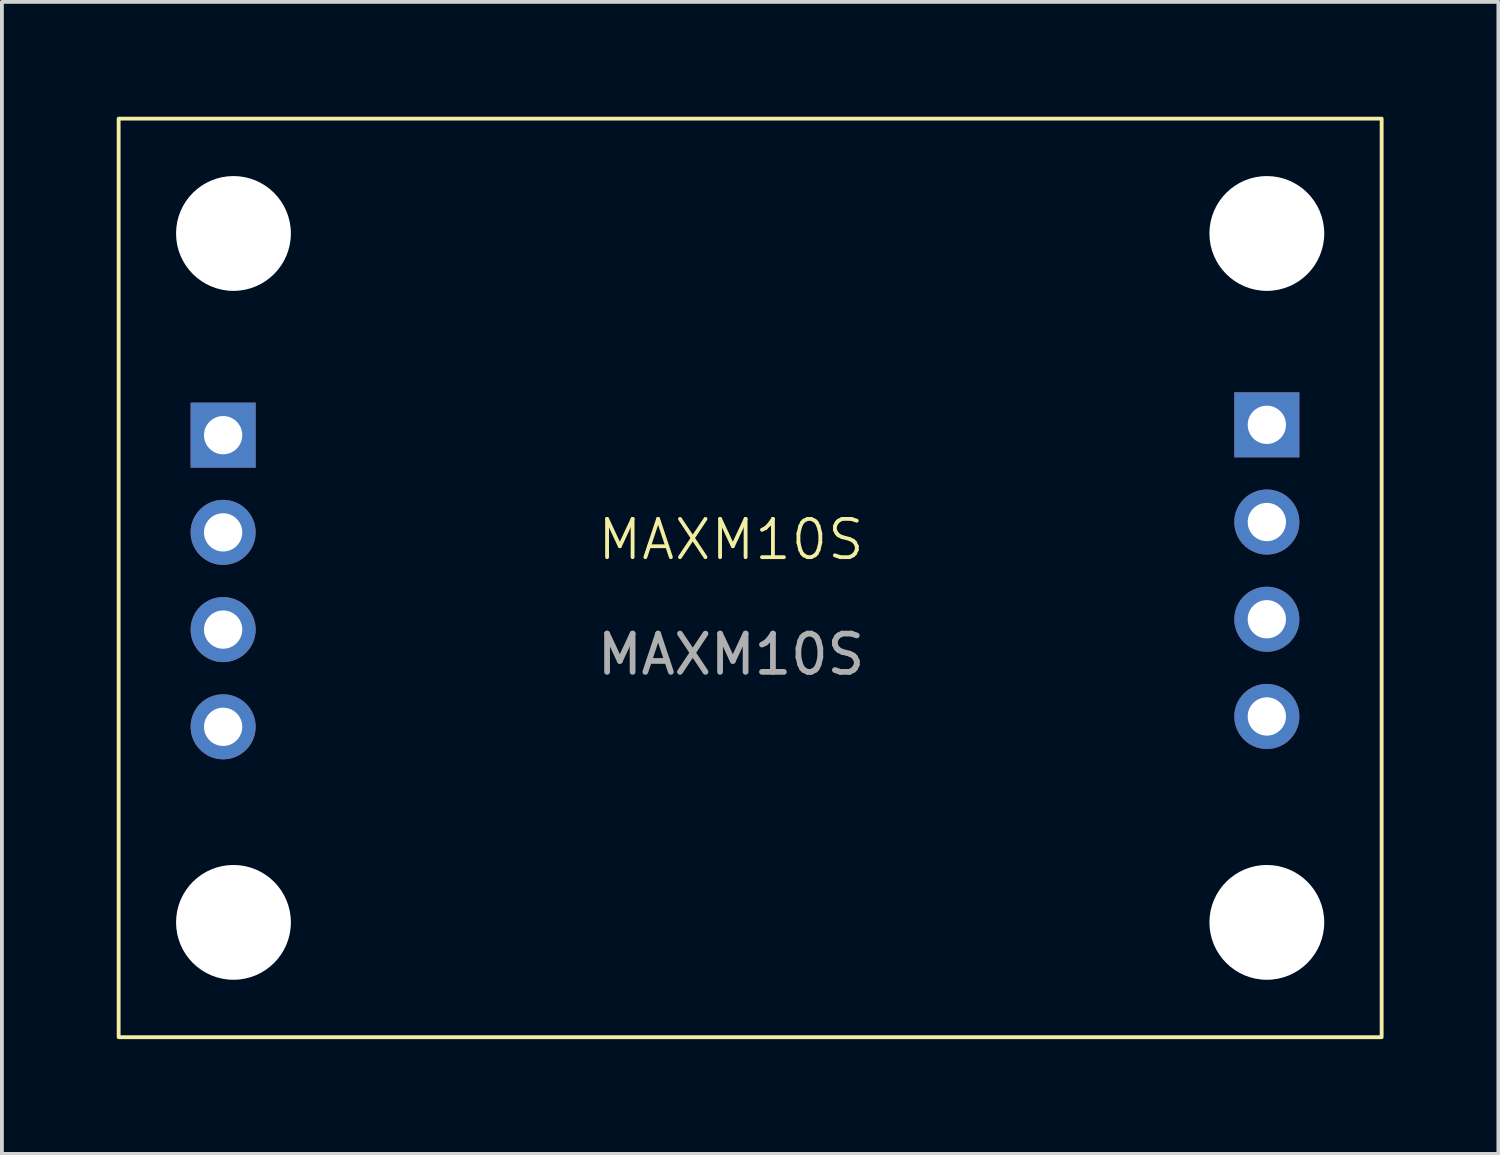
<source format=kicad_pcb>
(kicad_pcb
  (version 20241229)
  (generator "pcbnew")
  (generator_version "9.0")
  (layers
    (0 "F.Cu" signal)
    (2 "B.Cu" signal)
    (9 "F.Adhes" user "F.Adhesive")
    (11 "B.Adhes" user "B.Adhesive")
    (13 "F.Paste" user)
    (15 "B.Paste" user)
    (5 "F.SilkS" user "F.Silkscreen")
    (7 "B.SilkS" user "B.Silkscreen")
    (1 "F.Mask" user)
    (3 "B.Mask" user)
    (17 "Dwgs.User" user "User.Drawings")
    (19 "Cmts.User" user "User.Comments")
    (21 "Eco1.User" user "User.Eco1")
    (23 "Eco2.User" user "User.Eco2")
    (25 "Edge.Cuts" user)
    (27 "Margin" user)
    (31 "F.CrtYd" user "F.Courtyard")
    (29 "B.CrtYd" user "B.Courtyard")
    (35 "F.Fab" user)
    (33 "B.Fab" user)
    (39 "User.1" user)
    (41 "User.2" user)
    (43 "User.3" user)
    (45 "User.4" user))
  (footprint "MAXM10S"
    (layer "F.Cu")
    (at 16.05 13.05)
    (property "Reference" "MAXM10S" (at 0 -2 0) (unlocked yes) (layer "F.SilkS") (effects (font (size 1 1) (thickness 0.1))))
    (attr smd)
    (fp_rect (start -16 -13) (end 17 11) (stroke (width 0.1) (type default)) (fill no) (layer "F.SilkS"))
    (fp_text user "${REFERENCE}" (at 0 1 0) (unlocked yes) (layer "F.Fab") (effects (font (size 1 1) (thickness 0.15))))
    (pad "" np_thru_hole circle (at -13 -10) (size 3 3) (drill 3) (layers "*.Cu" "*.Mask"))
    (pad "" np_thru_hole circle (at -13 8) (size 3 3) (drill 3) (layers "*.Cu" "*.Mask"))
    (pad "" np_thru_hole circle (at 14 -10) (size 3 3) (drill 3) (layers "*.Cu" "*.Mask"))
    (pad "" np_thru_hole circle (at 14 8) (size 3 3) (drill 3) (layers "*.Cu" "*.Mask"))
    (pad "1" thru_hole rect (at -13.27 -4.73) (size 1.7 1.7) (drill 1) (layers "*.Cu" "*.Mask"))
    (pad "1" thru_hole rect (at 14 -5) (size 1.7 1.7) (drill 1) (layers "*.Cu" "*.Mask"))
    (pad "2" thru_hole oval (at -13.27 -2.19) (size 1.7 1.7) (drill 1) (layers "*.Cu" "*.Mask"))
    (pad "2" thru_hole oval (at 14 -2.46) (size 1.7 1.7) (drill 1) (layers "*.Cu" "*.Mask"))
    (pad "3" thru_hole oval (at -13.27 0.35) (size 1.7 1.7) (drill 1) (layers "*.Cu" "*.Mask"))
    (pad "3" thru_hole oval (at 14 0.08) (size 1.7 1.7) (drill 1) (layers "*.Cu" "*.Mask"))
    (pad "4" thru_hole oval (at -13.27 2.89) (size 1.7 1.7) (drill 1) (layers "*.Cu" "*.Mask"))
    (pad "4" thru_hole oval (at 14 2.62) (size 1.7 1.7) (drill 1) (layers "*.Cu" "*.Mask")))
  (gr_rect
    (start -3 -3)
    (end 36.1 27.1)
    (stroke (width 0.1) (type default))
    (fill no)
    (layer "Edge.Cuts")))
</source>
